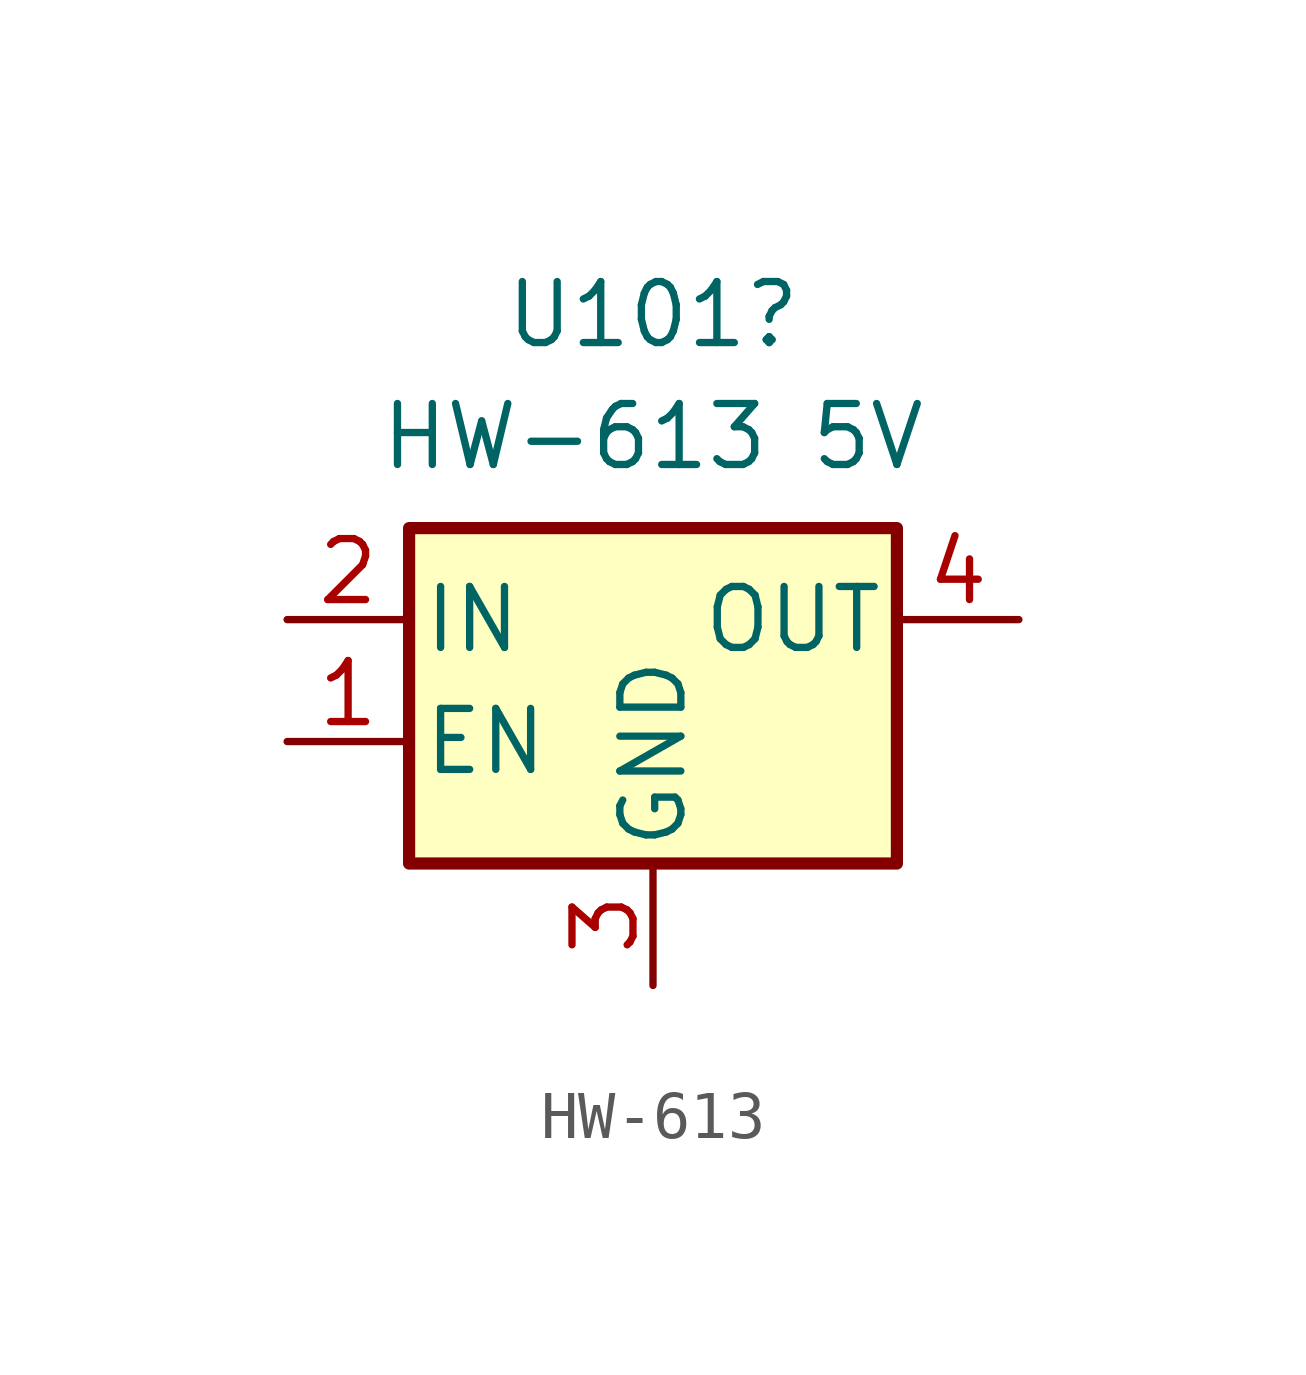
<source format=kicad_sym>
(kicad_symbol_lib
  (version 20231120)
  (generator "kicad_symbol_editor")
  (generator_version "8.0")
  (symbol "HW-613"
    (pin_names
      (offset 0.254))
    (property "Reference" "U101"
      (at 0 6.35 0)
      (effects (font (size 1.27 1.27))))
    (property "Value" "HW-613 5V"
      (at 0 3.81 0)
      (effects (font (size 1.27 1.27))))
    (symbol "HW-613_0_1"
      (rectangle (start -5.08 1.905) (end 5.08 -5.08) (stroke (width 0.254) (type default)) (fill (type background))))
    (symbol "HW-613_1_1"
      (pin power_out line (at -7.62 -2.54 0) (length 2.54) (name "EN" (effects (font (size 1.27 1.27)))) (number "1" (effects (font (size 1.27 1.27)))))
      (pin power_in line (at -7.62 0 0) (length 2.54) (name "IN" (effects (font (size 1.27 1.27)))) (number "2" (effects (font (size 1.27 1.27)))))
      (pin power_in line (at 0 -7.62 90) (length 2.54) (name "GND" (effects (font (size 1.27 1.27)))) (number "3" (effects (font (size 1.27 1.27)))))
      (pin power_out line (at 7.62 0 180) (length 2.54) (name "OUT" (effects (font (size 1.27 1.27)))) (number "4" (effects (font (size 1.27 1.27))))))))
</source>
